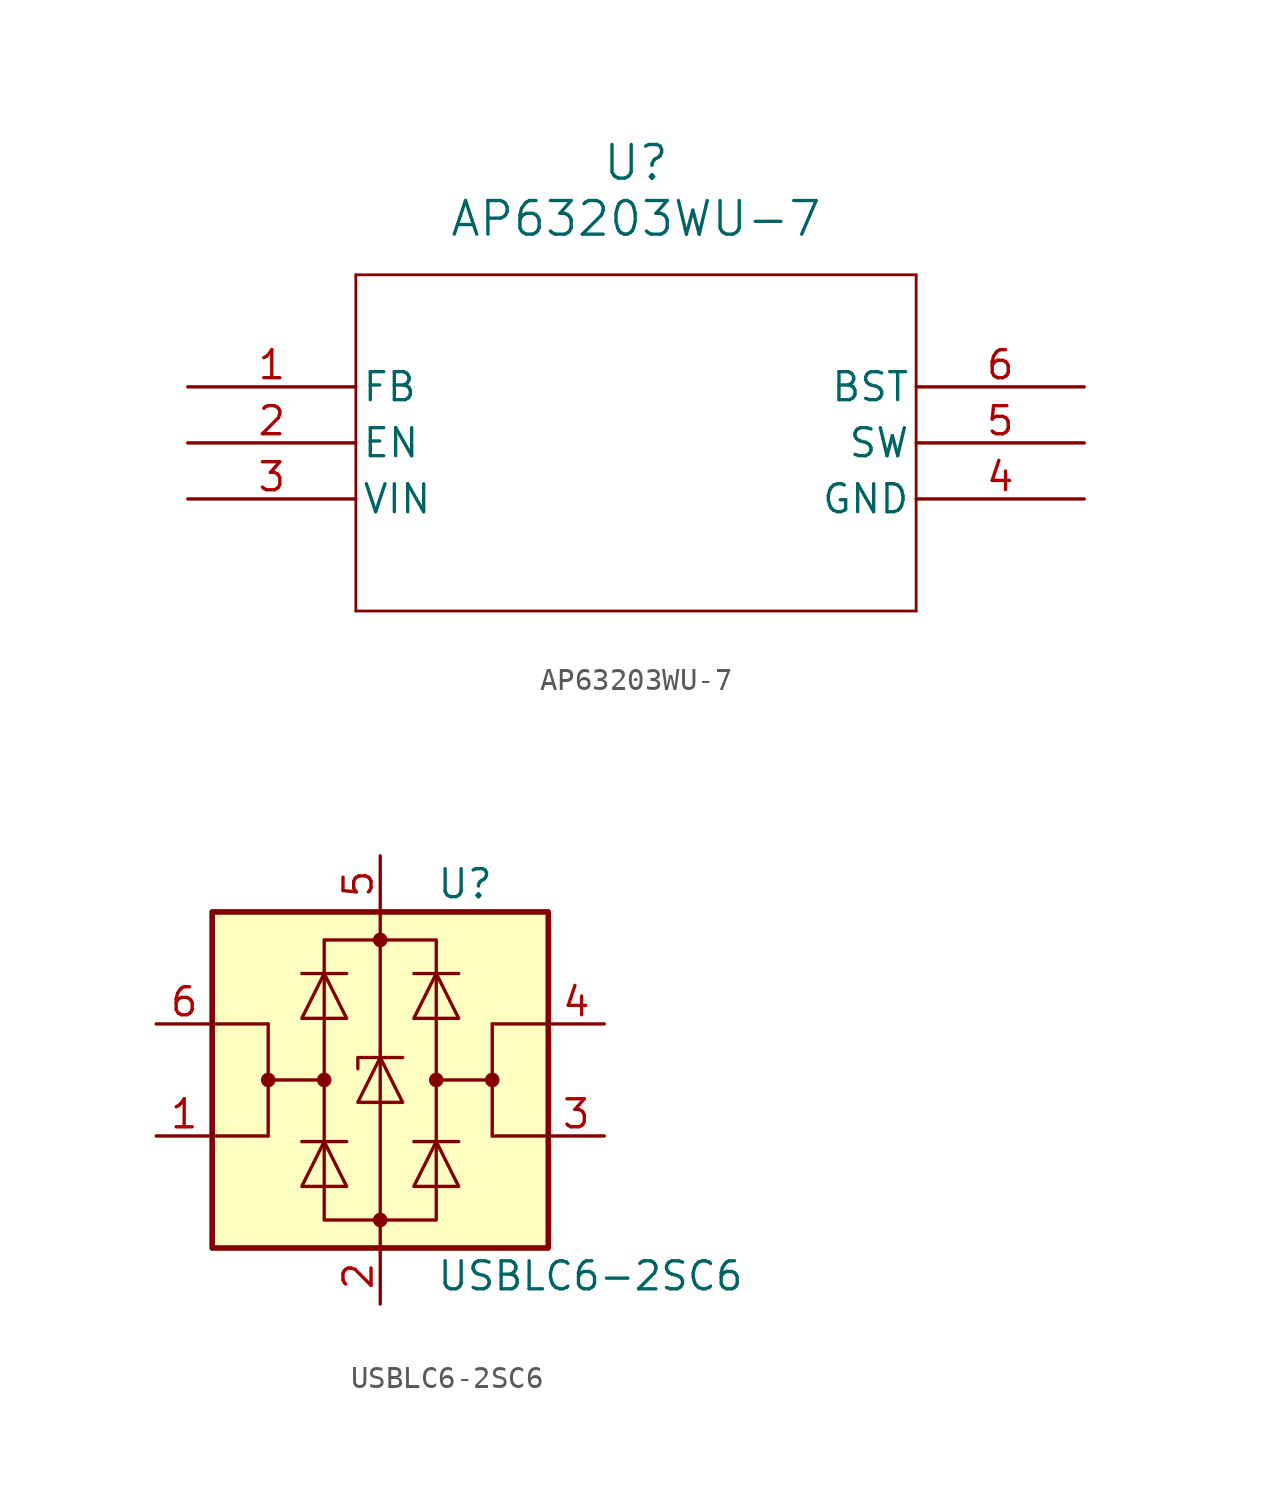
<source format=kicad_sym>
(kicad_symbol_lib
  (version 20220914)
  (generator kicad_symbol_editor)
  (symbol "AP63203WU-7"
    (pin_names
      (offset 0.254))
    (property "Reference" "U"
      (at 20.32 10.16 0)
      (effects (font (size 1.524 1.524))))
    (property "Value" "AP63203WU-7"
      (at 20.32 7.62 0)
      (effects (font (size 1.524 1.524))))
    (symbol "AP63203WU-7_0_1"
      (polyline (pts (xy 7.62 -10.16) (xy 33.02 -10.16)) (stroke (width 0.127) (type default)) (fill (type none)))
      (polyline (pts (xy 7.62 5.08) (xy 7.62 -10.16)) (stroke (width 0.127) (type default)) (fill (type none)))
      (polyline (pts (xy 33.02 -10.16) (xy 33.02 5.08)) (stroke (width 0.127) (type default)) (fill (type none)))
      (polyline (pts (xy 33.02 5.08) (xy 7.62 5.08)) (stroke (width 0.127) (type default)) (fill (type none)))
      (pin output line (at 0 0 0) (length 7.62) (name "FB" (effects (font (size 1.27 1.27)))) (number "1" (effects (font (size 1.27 1.27)))))
      (pin input line (at 0 -2.54 0) (length 7.62) (name "EN" (effects (font (size 1.27 1.27)))) (number "2" (effects (font (size 1.27 1.27)))))
      (pin power_in line (at 0 -5.08 0) (length 7.62) (name "VIN" (effects (font (size 1.27 1.27)))) (number "3" (effects (font (size 1.27 1.27)))))
      (pin output line (at 40.64 -2.54 180) (length 7.62) (name "SW" (effects (font (size 1.27 1.27)))) (number "5" (effects (font (size 1.27 1.27)))))
      (pin input line (at 40.64 0 180) (length 7.62) (name "BST" (effects (font (size 1.27 1.27)))) (number "6" (effects (font (size 1.27 1.27))))))
    (symbol "AP63203WU-7_1_1"
      (pin power_in line (at 40.64 -5.08 180) (length 7.62) (name "GND" (effects (font (size 1.27 1.27)))) (number "4" (effects (font (size 1.27 1.27)))))))
  (symbol "USBLC6-2SC6"
    (pin_names hide)
    (property "Reference" "U"
      (at 2.54 8.89 0)
      (effects (font (size 1.27 1.27)) (justify left)))
    (property "Value" "USBLC6-2SC6"
      (at 2.54 -8.89 0)
      (effects (font (size 1.27 1.27)) (justify left)))
    (symbol "USBLC6-2SC6_0_1"
      (rectangle (start -7.62 7.62) (end 7.62 -7.62) (stroke (width 0.254) (type default)) (fill (type background)))
      (circle (center -5.08 0) (radius 0.254) (stroke (width 0) (type default)) (fill (type outline)))
      (circle (center -2.54 0) (radius 0.254) (stroke (width 0) (type default)) (fill (type outline)))
      (rectangle (start -2.54 6.35) (end 2.54 -6.35) (stroke (width 0) (type default)) (fill (type none)))
      (circle (center 0 -6.35) (radius 0.254) (stroke (width 0) (type default)) (fill (type outline)))
      (polyline (pts (xy -5.08 -2.54) (xy -7.62 -2.54)) (stroke (width 0) (type default)) (fill (type none)))
      (polyline (pts (xy -5.08 0) (xy -5.08 -2.54)) (stroke (width 0) (type default)) (fill (type none)))
      (polyline (pts (xy -5.08 2.54) (xy -7.62 2.54)) (stroke (width 0) (type default)) (fill (type none)))
      (polyline (pts (xy -1.524 -2.794) (xy -3.556 -2.794)) (stroke (width 0) (type default)) (fill (type none)))
      (polyline (pts (xy -1.524 4.826) (xy -3.556 4.826)) (stroke (width 0) (type default)) (fill (type none)))
      (polyline (pts (xy 0 -7.62) (xy 0 -6.35)) (stroke (width 0) (type default)) (fill (type none)))
      (polyline (pts (xy 0 -6.35) (xy 0 1.27)) (stroke (width 0) (type default)) (fill (type none)))
      (polyline (pts (xy 0 1.27) (xy 0 6.35)) (stroke (width 0) (type default)) (fill (type none)))
      (polyline (pts (xy 0 6.35) (xy 0 7.62)) (stroke (width 0) (type default)) (fill (type none)))
      (polyline (pts (xy 1.524 -2.794) (xy 3.556 -2.794)) (stroke (width 0) (type default)) (fill (type none)))
      (polyline (pts (xy 1.524 4.826) (xy 3.556 4.826)) (stroke (width 0) (type default)) (fill (type none)))
      (polyline (pts (xy 5.08 -2.54) (xy 7.62 -2.54)) (stroke (width 0) (type default)) (fill (type none)))
      (polyline (pts (xy 5.08 0) (xy 5.08 -2.54)) (stroke (width 0) (type default)) (fill (type none)))
      (polyline (pts (xy 5.08 2.54) (xy 7.62 2.54)) (stroke (width 0) (type default)) (fill (type none)))
      (polyline (pts (xy -2.54 0) (xy -5.08 0) (xy -5.08 2.54)) (stroke (width 0) (type default)) (fill (type none)))
      (polyline (pts (xy 2.54 0) (xy 5.08 0) (xy 5.08 2.54)) (stroke (width 0) (type default)) (fill (type none)))
      (polyline (pts (xy -3.556 -4.826) (xy -1.524 -4.826) (xy -2.54 -2.794) (xy -3.556 -4.826)) (stroke (width 0) (type default)) (fill (type none)))
      (polyline (pts (xy -3.556 2.794) (xy -1.524 2.794) (xy -2.54 4.826) (xy -3.556 2.794)) (stroke (width 0) (type default)) (fill (type none)))
      (polyline (pts (xy -1.016 -1.016) (xy 1.016 -1.016) (xy 0 1.016) (xy -1.016 -1.016)) (stroke (width 0) (type default)) (fill (type none)))
      (polyline (pts (xy 1.016 1.016) (xy 0.762 1.016) (xy -1.016 1.016) (xy -1.016 0.508)) (stroke (width 0) (type default)) (fill (type none)))
      (polyline (pts (xy 3.556 -4.826) (xy 1.524 -4.826) (xy 2.54 -2.794) (xy 3.556 -4.826)) (stroke (width 0) (type default)) (fill (type none)))
      (polyline (pts (xy 3.556 2.794) (xy 1.524 2.794) (xy 2.54 4.826) (xy 3.556 2.794)) (stroke (width 0) (type default)) (fill (type none)))
      (circle (center 0 6.35) (radius 0.254) (stroke (width 0) (type default)) (fill (type outline)))
      (circle (center 2.54 0) (radius 0.254) (stroke (width 0) (type default)) (fill (type outline)))
      (circle (center 5.08 0) (radius 0.254) (stroke (width 0) (type default)) (fill (type outline))))
    (symbol "USBLC6-2SC6_1_1"
      (pin passive line (at -10.16 -2.54 0) (length 2.54) (name "I/O1" (effects (font (size 1.27 1.27)))) (number "1" (effects (font (size 1.27 1.27)))))
      (pin passive line (at 0 -10.16 90) (length 2.54) (name "GND" (effects (font (size 1.27 1.27)))) (number "2" (effects (font (size 1.27 1.27)))))
      (pin passive line (at 10.16 -2.54 180) (length 2.54) (name "I/O2" (effects (font (size 1.27 1.27)))) (number "3" (effects (font (size 1.27 1.27)))))
      (pin passive line (at 10.16 2.54 180) (length 2.54) (name "I/O2" (effects (font (size 1.27 1.27)))) (number "4" (effects (font (size 1.27 1.27)))))
      (pin passive line (at 0 10.16 270) (length 2.54) (name "VBUS" (effects (font (size 1.27 1.27)))) (number "5" (effects (font (size 1.27 1.27)))))
      (pin passive line (at -10.16 2.54 0) (length 2.54) (name "I/O1" (effects (font (size 1.27 1.27)))) (number "6" (effects (font (size 1.27 1.27))))))))
</source>
